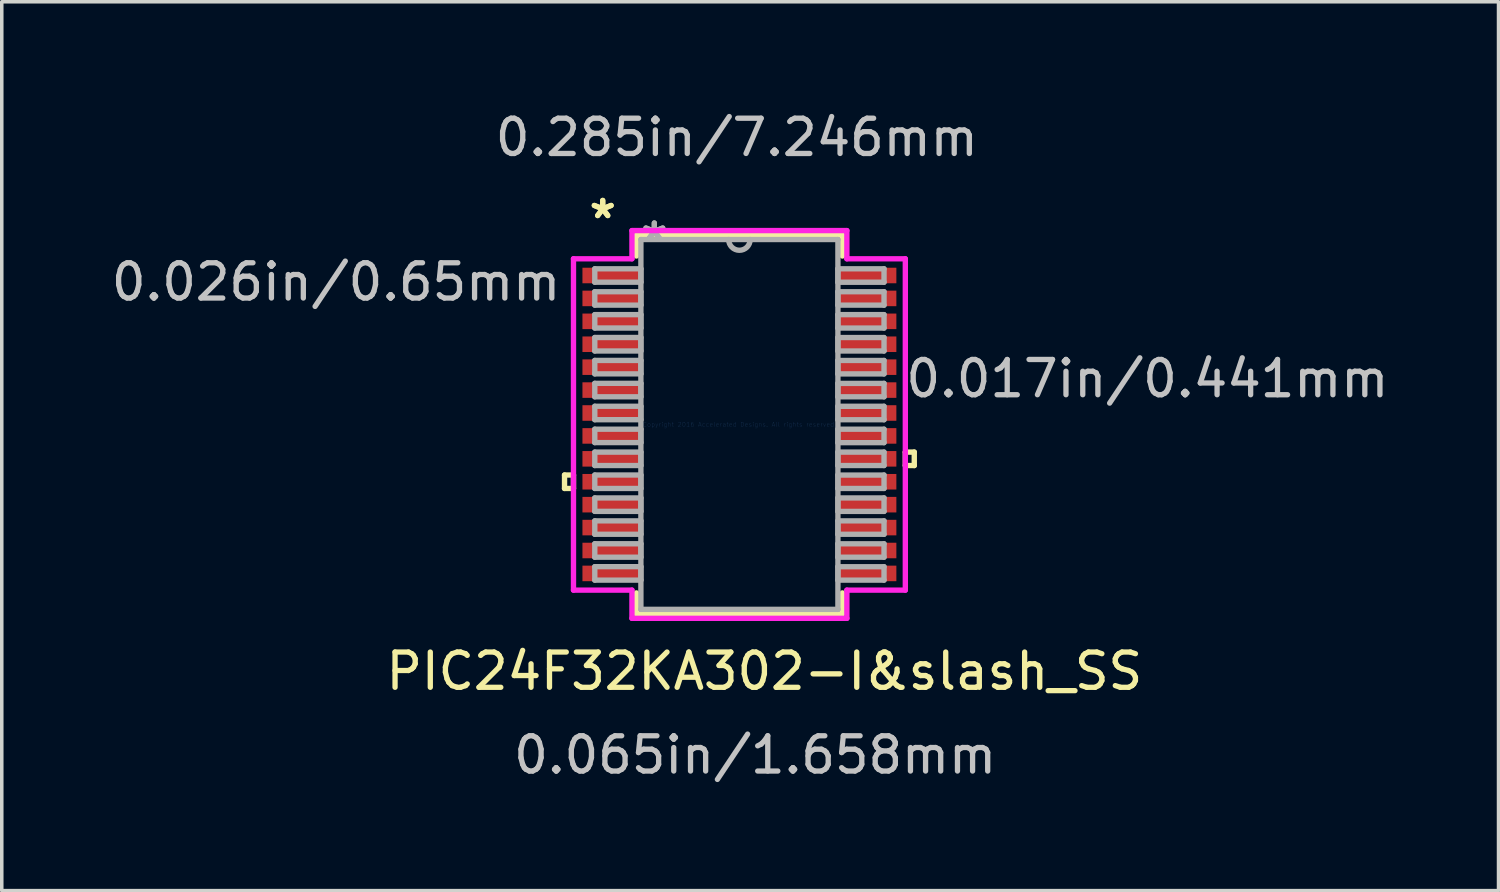
<source format=kicad_pcb>
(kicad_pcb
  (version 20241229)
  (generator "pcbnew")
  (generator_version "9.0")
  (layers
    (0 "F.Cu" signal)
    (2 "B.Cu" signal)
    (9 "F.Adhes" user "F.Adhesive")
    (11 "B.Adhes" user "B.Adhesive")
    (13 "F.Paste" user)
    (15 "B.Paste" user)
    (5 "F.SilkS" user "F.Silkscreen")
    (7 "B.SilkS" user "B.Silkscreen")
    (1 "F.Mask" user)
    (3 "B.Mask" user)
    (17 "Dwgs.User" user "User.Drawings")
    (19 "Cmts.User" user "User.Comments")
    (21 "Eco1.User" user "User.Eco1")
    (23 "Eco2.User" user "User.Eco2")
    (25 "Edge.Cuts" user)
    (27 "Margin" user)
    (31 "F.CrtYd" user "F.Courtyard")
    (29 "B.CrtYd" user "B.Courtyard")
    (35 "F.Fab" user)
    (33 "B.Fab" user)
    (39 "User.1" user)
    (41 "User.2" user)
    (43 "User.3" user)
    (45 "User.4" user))
  (footprint "PIC24F32KA302-I&slash_SS"
    (layer "F.Cu")
    (at 17.922 8.989)
    (property "Reference" "PIC24F32KA302-I&slash_SS" (at 0.709 7 0) (layer "F.SilkS") (effects (font (size 1 1) (thickness 0.15))))
    (attr through_hole)
    (fp_line (start -4.96 1.434) (end -4.96 1.815) (stroke (width 0.152) (type solid)) (layer "F.SilkS"))
    (fp_line (start -4.96 1.815) (end -4.706 1.815) (stroke (width 0.152) (type solid)) (layer "F.SilkS"))
    (fp_line (start -4.706 1.434) (end -4.96 1.434) (stroke (width 0.152) (type solid)) (layer "F.SilkS"))
    (fp_line (start -4.706 1.815) (end -4.706 1.434) (stroke (width 0.152) (type solid)) (layer "F.SilkS"))
    (fp_line (start -2.921 -5.372) (end -2.921 -4.778) (stroke (width 0.152) (type solid)) (layer "F.SilkS"))
    (fp_line (start -2.921 4.778) (end -2.921 5.372) (stroke (width 0.152) (type solid)) (layer "F.SilkS"))
    (fp_line (start -2.921 5.372) (end 2.921 5.372) (stroke (width 0.152) (type solid)) (layer "F.SilkS"))
    (fp_line (start 2.921 -5.372) (end -2.921 -5.372) (stroke (width 0.152) (type solid)) (layer "F.SilkS"))
    (fp_line (start 2.921 -4.778) (end 2.921 -5.372) (stroke (width 0.152) (type solid)) (layer "F.SilkS"))
    (fp_line (start 2.921 5.372) (end 2.921 4.778) (stroke (width 0.152) (type solid)) (layer "F.SilkS"))
    (fp_line (start 4.706 0.784) (end 4.96 0.784) (stroke (width 0.152) (type solid)) (layer "F.SilkS"))
    (fp_line (start 4.706 1.165) (end 4.706 0.784) (stroke (width 0.152) (type solid)) (layer "F.SilkS"))
    (fp_line (start 4.96 0.784) (end 4.96 1.165) (stroke (width 0.152) (type solid)) (layer "F.SilkS"))
    (fp_line (start 4.96 1.165) (end 4.706 1.165) (stroke (width 0.152) (type solid)) (layer "F.SilkS"))
    (fp_line (start -4.706 -4.699) (end -3.048 -4.699) (stroke (width 0.152) (type solid)) (layer "F.CrtYd"))
    (fp_line (start -4.706 4.699) (end -4.706 -4.699) (stroke (width 0.152) (type solid)) (layer "F.CrtYd"))
    (fp_line (start -3.048 -5.499) (end 3.048 -5.499) (stroke (width 0.152) (type solid)) (layer "F.CrtYd"))
    (fp_line (start -3.048 -4.699) (end -3.048 -5.499) (stroke (width 0.152) (type solid)) (layer "F.CrtYd"))
    (fp_line (start -3.048 4.699) (end -4.706 4.699) (stroke (width 0.152) (type solid)) (layer "F.CrtYd"))
    (fp_line (start -3.048 5.499) (end -3.048 4.699) (stroke (width 0.152) (type solid)) (layer "F.CrtYd"))
    (fp_line (start 3.048 -5.499) (end 3.048 -4.699) (stroke (width 0.152) (type solid)) (layer "F.CrtYd"))
    (fp_line (start 3.048 -4.699) (end 4.706 -4.699) (stroke (width 0.152) (type solid)) (layer "F.CrtYd"))
    (fp_line (start 3.048 4.699) (end 3.048 5.499) (stroke (width 0.152) (type solid)) (layer "F.CrtYd"))
    (fp_line (start 3.048 5.499) (end -3.048 5.499) (stroke (width 0.152) (type solid)) (layer "F.CrtYd"))
    (fp_line (start 4.706 -4.699) (end 4.706 4.699) (stroke (width 0.152) (type solid)) (layer "F.CrtYd"))
    (fp_line (start 4.706 4.699) (end 3.048 4.699) (stroke (width 0.152) (type solid)) (layer "F.CrtYd"))
    (fp_line (start -4.102 -4.415) (end -4.102 -4.035) (stroke (width 0.152) (type solid)) (layer "F.Fab"))
    (fp_line (start -4.102 -4.035) (end -2.794 -4.035) (stroke (width 0.152) (type solid)) (layer "F.Fab"))
    (fp_line (start -4.102 -3.765) (end -4.102 -3.385) (stroke (width 0.152) (type solid)) (layer "F.Fab"))
    (fp_line (start -4.102 -3.385) (end -2.794 -3.385) (stroke (width 0.152) (type solid)) (layer "F.Fab"))
    (fp_line (start -4.102 -3.115) (end -4.102 -2.735) (stroke (width 0.152) (type solid)) (layer "F.Fab"))
    (fp_line (start -4.102 -2.735) (end -2.794 -2.735) (stroke (width 0.152) (type solid)) (layer "F.Fab"))
    (fp_line (start -4.102 -2.466) (end -4.102 -2.084) (stroke (width 0.152) (type solid)) (layer "F.Fab"))
    (fp_line (start -4.102 -2.084) (end -2.794 -2.084) (stroke (width 0.152) (type solid)) (layer "F.Fab"))
    (fp_line (start -4.102 -1.816) (end -4.102 -1.435) (stroke (width 0.152) (type solid)) (layer "F.Fab"))
    (fp_line (start -4.102 -1.435) (end -2.794 -1.435) (stroke (width 0.152) (type solid)) (layer "F.Fab"))
    (fp_line (start -4.102 -1.166) (end -4.102 -0.785) (stroke (width 0.152) (type solid)) (layer "F.Fab"))
    (fp_line (start -4.102 -0.785) (end -2.794 -0.785) (stroke (width 0.152) (type solid)) (layer "F.Fab"))
    (fp_line (start -4.102 -0.516) (end -4.102 -0.135) (stroke (width 0.152) (type solid)) (layer "F.Fab"))
    (fp_line (start -4.102 -0.135) (end -2.794 -0.135) (stroke (width 0.152) (type solid)) (layer "F.Fab"))
    (fp_line (start -4.102 0.134) (end -4.102 0.515) (stroke (width 0.152) (type solid)) (layer "F.Fab"))
    (fp_line (start -4.102 0.515) (end -2.794 0.515) (stroke (width 0.152) (type solid)) (layer "F.Fab"))
    (fp_line (start -4.102 0.784) (end -4.102 1.165) (stroke (width 0.152) (type solid)) (layer "F.Fab"))
    (fp_line (start -4.102 1.165) (end -2.794 1.165) (stroke (width 0.152) (type solid)) (layer "F.Fab"))
    (fp_line (start -4.102 1.434) (end -4.102 1.815) (stroke (width 0.152) (type solid)) (layer "F.Fab"))
    (fp_line (start -4.102 1.815) (end -2.794 1.815) (stroke (width 0.152) (type solid)) (layer "F.Fab"))
    (fp_line (start -4.102 2.084) (end -4.102 2.465) (stroke (width 0.152) (type solid)) (layer "F.Fab"))
    (fp_line (start -4.102 2.465) (end -2.794 2.465) (stroke (width 0.152) (type solid)) (layer "F.Fab"))
    (fp_line (start -4.102 2.734) (end -4.102 3.115) (stroke (width 0.152) (type solid)) (layer "F.Fab"))
    (fp_line (start -4.102 3.115) (end -2.794 3.115) (stroke (width 0.152) (type solid)) (layer "F.Fab"))
    (fp_line (start -4.102 3.384) (end -4.102 3.765) (stroke (width 0.152) (type solid)) (layer "F.Fab"))
    (fp_line (start -4.102 3.765) (end -2.794 3.765) (stroke (width 0.152) (type solid)) (layer "F.Fab"))
    (fp_line (start -4.102 4.034) (end -4.102 4.415) (stroke (width 0.152) (type solid)) (layer "F.Fab"))
    (fp_line (start -4.102 4.415) (end -2.794 4.415) (stroke (width 0.152) (type solid)) (layer "F.Fab"))
    (fp_line (start -2.794 -5.245) (end -2.794 5.245) (stroke (width 0.152) (type solid)) (layer "F.Fab"))
    (fp_line (start -2.794 -4.415) (end -4.102 -4.415) (stroke (width 0.152) (type solid)) (layer "F.Fab"))
    (fp_line (start -2.794 -4.035) (end -2.794 -4.415) (stroke (width 0.152) (type solid)) (layer "F.Fab"))
    (fp_line (start -2.794 -3.765) (end -4.102 -3.765) (stroke (width 0.152) (type solid)) (layer "F.Fab"))
    (fp_line (start -2.794 -3.385) (end -2.794 -3.765) (stroke (width 0.152) (type solid)) (layer "F.Fab"))
    (fp_line (start -2.794 -3.115) (end -4.102 -3.115) (stroke (width 0.152) (type solid)) (layer "F.Fab"))
    (fp_line (start -2.794 -2.735) (end -2.794 -3.115) (stroke (width 0.152) (type solid)) (layer "F.Fab"))
    (fp_line (start -2.794 -2.466) (end -4.102 -2.466) (stroke (width 0.152) (type solid)) (layer "F.Fab"))
    (fp_line (start -2.794 -2.084) (end -2.794 -2.466) (stroke (width 0.152) (type solid)) (layer "F.Fab"))
    (fp_line (start -2.794 -1.816) (end -4.102 -1.816) (stroke (width 0.152) (type solid)) (layer "F.Fab"))
    (fp_line (start -2.794 -1.435) (end -2.794 -1.816) (stroke (width 0.152) (type solid)) (layer "F.Fab"))
    (fp_line (start -2.794 -1.166) (end -4.102 -1.166) (stroke (width 0.152) (type solid)) (layer "F.Fab"))
    (fp_line (start -2.794 -0.785) (end -2.794 -1.166) (stroke (width 0.152) (type solid)) (layer "F.Fab"))
    (fp_line (start -2.794 -0.516) (end -4.102 -0.516) (stroke (width 0.152) (type solid)) (layer "F.Fab"))
    (fp_line (start -2.794 -0.135) (end -2.794 -0.516) (stroke (width 0.152) (type solid)) (layer "F.Fab"))
    (fp_line (start -2.794 0.134) (end -4.102 0.134) (stroke (width 0.152) (type solid)) (layer "F.Fab"))
    (fp_line (start -2.794 0.515) (end -2.794 0.134) (stroke (width 0.152) (type solid)) (layer "F.Fab"))
    (fp_line (start -2.794 0.784) (end -4.102 0.784) (stroke (width 0.152) (type solid)) (layer "F.Fab"))
    (fp_line (start -2.794 1.165) (end -2.794 0.784) (stroke (width 0.152) (type solid)) (layer "F.Fab"))
    (fp_line (start -2.794 1.434) (end -4.102 1.434) (stroke (width 0.152) (type solid)) (layer "F.Fab"))
    (fp_line (start -2.794 1.815) (end -2.794 1.434) (stroke (width 0.152) (type solid)) (layer "F.Fab"))
    (fp_line (start -2.794 2.084) (end -4.102 2.084) (stroke (width 0.152) (type solid)) (layer "F.Fab"))
    (fp_line (start -2.794 2.465) (end -2.794 2.084) (stroke (width 0.152) (type solid)) (layer "F.Fab"))
    (fp_line (start -2.794 2.734) (end -4.102 2.734) (stroke (width 0.152) (type solid)) (layer "F.Fab"))
    (fp_line (start -2.794 3.115) (end -2.794 2.734) (stroke (width 0.152) (type solid)) (layer "F.Fab"))
    (fp_line (start -2.794 3.384) (end -4.102 3.384) (stroke (width 0.152) (type solid)) (layer "F.Fab"))
    (fp_line (start -2.794 3.765) (end -2.794 3.384) (stroke (width 0.152) (type solid)) (layer "F.Fab"))
    (fp_line (start -2.794 4.034) (end -4.102 4.034) (stroke (width 0.152) (type solid)) (layer "F.Fab"))
    (fp_line (start -2.794 4.415) (end -2.794 4.034) (stroke (width 0.152) (type solid)) (layer "F.Fab"))
    (fp_line (start -2.794 5.245) (end 2.794 5.245) (stroke (width 0.152) (type solid)) (layer "F.Fab"))
    (fp_line (start 2.794 -5.245) (end -2.794 -5.245) (stroke (width 0.152) (type solid)) (layer "F.Fab"))
    (fp_line (start 2.794 -4.415) (end 2.794 -4.034) (stroke (width 0.152) (type solid)) (layer "F.Fab"))
    (fp_line (start 2.794 -4.034) (end 4.102 -4.034) (stroke (width 0.152) (type solid)) (layer "F.Fab"))
    (fp_line (start 2.794 -3.765) (end 2.794 -3.384) (stroke (width 0.152) (type solid)) (layer "F.Fab"))
    (fp_line (start 2.794 -3.384) (end 4.102 -3.384) (stroke (width 0.152) (type solid)) (layer "F.Fab"))
    (fp_line (start 2.794 -3.115) (end 2.794 -2.734) (stroke (width 0.152) (type solid)) (layer "F.Fab"))
    (fp_line (start 2.794 -2.734) (end 4.102 -2.734) (stroke (width 0.152) (type solid)) (layer "F.Fab"))
    (fp_line (start 2.794 -2.465) (end 2.794 -2.084) (stroke (width 0.152) (type solid)) (layer "F.Fab"))
    (fp_line (start 2.794 -2.084) (end 4.102 -2.084) (stroke (width 0.152) (type solid)) (layer "F.Fab"))
    (fp_line (start 2.794 -1.815) (end 2.794 -1.434) (stroke (width 0.152) (type solid)) (layer "F.Fab"))
    (fp_line (start 2.794 -1.434) (end 4.102 -1.434) (stroke (width 0.152) (type solid)) (layer "F.Fab"))
    (fp_line (start 2.794 -1.165) (end 2.794 -0.784) (stroke (width 0.152) (type solid)) (layer "F.Fab"))
    (fp_line (start 2.794 -0.784) (end 4.102 -0.784) (stroke (width 0.152) (type solid)) (layer "F.Fab"))
    (fp_line (start 2.794 -0.515) (end 2.794 -0.134) (stroke (width 0.152) (type solid)) (layer "F.Fab"))
    (fp_line (start 2.794 -0.134) (end 4.102 -0.134) (stroke (width 0.152) (type solid)) (layer "F.Fab"))
    (fp_line (start 2.794 0.135) (end 2.794 0.516) (stroke (width 0.152) (type solid)) (layer "F.Fab"))
    (fp_line (start 2.794 0.516) (end 4.102 0.516) (stroke (width 0.152) (type solid)) (layer "F.Fab"))
    (fp_line (start 2.794 0.784) (end 2.794 1.165) (stroke (width 0.152) (type solid)) (layer "F.Fab"))
    (fp_line (start 2.794 1.165) (end 4.102 1.165) (stroke (width 0.152) (type solid)) (layer "F.Fab"))
    (fp_line (start 2.794 1.435) (end 2.794 1.815) (stroke (width 0.152) (type solid)) (layer "F.Fab"))
    (fp_line (start 2.794 1.815) (end 4.102 1.815) (stroke (width 0.152) (type solid)) (layer "F.Fab"))
    (fp_line (start 2.794 2.084) (end 2.794 2.466) (stroke (width 0.152) (type solid)) (layer "F.Fab"))
    (fp_line (start 2.794 2.466) (end 4.102 2.466) (stroke (width 0.152) (type solid)) (layer "F.Fab"))
    (fp_line (start 2.794 2.735) (end 2.794 3.115) (stroke (width 0.152) (type solid)) (layer "F.Fab"))
    (fp_line (start 2.794 3.115) (end 4.102 3.115) (stroke (width 0.152) (type solid)) (layer "F.Fab"))
    (fp_line (start 2.794 3.385) (end 2.794 3.765) (stroke (width 0.152) (type solid)) (layer "F.Fab"))
    (fp_line (start 2.794 3.765) (end 4.102 3.765) (stroke (width 0.152) (type solid)) (layer "F.Fab"))
    (fp_line (start 2.794 4.035) (end 2.794 4.415) (stroke (width 0.152) (type solid)) (layer "F.Fab"))
    (fp_line (start 2.794 4.415) (end 4.102 4.415) (stroke (width 0.152) (type solid)) (layer "F.Fab"))
    (fp_line (start 2.794 5.245) (end 2.794 -5.245) (stroke (width 0.152) (type solid)) (layer "F.Fab"))
    (fp_line (start 4.102 -4.415) (end 2.794 -4.415) (stroke (width 0.152) (type solid)) (layer "F.Fab"))
    (fp_line (start 4.102 -4.034) (end 4.102 -4.415) (stroke (width 0.152) (type solid)) (layer "F.Fab"))
    (fp_line (start 4.102 -3.765) (end 2.794 -3.765) (stroke (width 0.152) (type solid)) (layer "F.Fab"))
    (fp_line (start 4.102 -3.384) (end 4.102 -3.765) (stroke (width 0.152) (type solid)) (layer "F.Fab"))
    (fp_line (start 4.102 -3.115) (end 2.794 -3.115) (stroke (width 0.152) (type solid)) (layer "F.Fab"))
    (fp_line (start 4.102 -2.734) (end 4.102 -3.115) (stroke (width 0.152) (type solid)) (layer "F.Fab"))
    (fp_line (start 4.102 -2.465) (end 2.794 -2.465) (stroke (width 0.152) (type solid)) (layer "F.Fab"))
    (fp_line (start 4.102 -2.084) (end 4.102 -2.465) (stroke (width 0.152) (type solid)) (layer "F.Fab"))
    (fp_line (start 4.102 -1.815) (end 2.794 -1.815) (stroke (width 0.152) (type solid)) (layer "F.Fab"))
    (fp_line (start 4.102 -1.434) (end 4.102 -1.815) (stroke (width 0.152) (type solid)) (layer "F.Fab"))
    (fp_line (start 4.102 -1.165) (end 2.794 -1.165) (stroke (width 0.152) (type solid)) (layer "F.Fab"))
    (fp_line (start 4.102 -0.784) (end 4.102 -1.165) (stroke (width 0.152) (type solid)) (layer "F.Fab"))
    (fp_line (start 4.102 -0.515) (end 2.794 -0.515) (stroke (width 0.152) (type solid)) (layer "F.Fab"))
    (fp_line (start 4.102 -0.134) (end 4.102 -0.515) (stroke (width 0.152) (type solid)) (layer "F.Fab"))
    (fp_line (start 4.102 0.135) (end 2.794 0.135) (stroke (width 0.152) (type solid)) (layer "F.Fab"))
    (fp_line (start 4.102 0.516) (end 4.102 0.135) (stroke (width 0.152) (type solid)) (layer "F.Fab"))
    (fp_line (start 4.102 0.784) (end 2.794 0.784) (stroke (width 0.152) (type solid)) (layer "F.Fab"))
    (fp_line (start 4.102 1.165) (end 4.102 0.784) (stroke (width 0.152) (type solid)) (layer "F.Fab"))
    (fp_line (start 4.102 1.435) (end 2.794 1.435) (stroke (width 0.152) (type solid)) (layer "F.Fab"))
    (fp_line (start 4.102 1.815) (end 4.102 1.435) (stroke (width 0.152) (type solid)) (layer "F.Fab"))
    (fp_line (start 4.102 2.084) (end 2.794 2.084) (stroke (width 0.152) (type solid)) (layer "F.Fab"))
    (fp_line (start 4.102 2.466) (end 4.102 2.084) (stroke (width 0.152) (type solid)) (layer "F.Fab"))
    (fp_line (start 4.102 2.735) (end 2.794 2.735) (stroke (width 0.152) (type solid)) (layer "F.Fab"))
    (fp_line (start 4.102 3.115) (end 4.102 2.735) (stroke (width 0.152) (type solid)) (layer "F.Fab"))
    (fp_line (start 4.102 3.385) (end 2.794 3.385) (stroke (width 0.152) (type solid)) (layer "F.Fab"))
    (fp_line (start 4.102 3.765) (end 4.102 3.385) (stroke (width 0.152) (type solid)) (layer "F.Fab"))
    (fp_line (start 4.102 4.035) (end 2.794 4.035) (stroke (width 0.152) (type solid)) (layer "F.Fab"))
    (fp_line (start 4.102 4.415) (end 4.102 4.035) (stroke (width 0.152) (type solid)) (layer "F.Fab"))
    (fp_arc (start 0.3048 -5.2451) (mid 0 -4.9403) (end -0.3048 -5.2451) (stroke (width 0.1524) (type solid)) (layer "F.Fab"))
    (fp_text user "*" (at -3.877 -5.809 0) (layer "F.SilkS") (effects (font (size 1 1) (thickness 0.15))))
    (fp_text user "*" (at -3.877 -5.809 0) (layer "F.SilkS") (effects (font (size 1 1) (thickness 0.15))))
    (fp_text user "0.017in/0.441mm" (at 11.572 -1.298 0) (layer "Dwgs.User") (effects (font (size 1 1) (thickness 0.15))))
    (fp_text user "0.065in/1.658mm" (at 0.447 9.375 0) (layer "Dwgs.User") (effects (font (size 1 1) (thickness 0.15))))
    (fp_text user "0.026in/0.65mm" (at -11.44 -4.041 0) (layer "Dwgs.User") (effects (font (size 1 1) (thickness 0.15))))
    (fp_text user "0.285in/7.246mm" (at -0.074 -8.141 0) (layer "Dwgs.User") (effects (font (size 1 1) (thickness 0.15))))
    (fp_text user "Copyright 2016 Accelerated Designs. All rights reserved." (at 0 0 0) (layer "Cmts.User") (effects (font (size 0.127 0.127) (thickness 0.002))))
    (fp_text user "*" (at -2.413 -5.169 0) (layer "F.Fab") (effects (font (size 1 1) (thickness 0.15))))
    (fp_text user "*" (at -2.413 -5.169 0) (layer "F.Fab") (effects (font (size 1 1) (thickness 0.15))))
    (pad "1" smd rect (at -3.623 -4.225) (size 1.658 0.441) (layers "F.Cu" "F.Mask" "F.Paste"))
    (pad "2" smd rect (at -3.623 -3.575) (size 1.658 0.441) (layers "F.Cu" "F.Mask" "F.Paste"))
    (pad "3" smd rect (at -3.623 -2.925) (size 1.658 0.441) (layers "F.Cu" "F.Mask" "F.Paste"))
    (pad "4" smd rect (at -3.623 -2.275) (size 1.658 0.441) (layers "F.Cu" "F.Mask" "F.Paste"))
    (pad "5" smd rect (at -3.623 -1.625) (size 1.658 0.441) (layers "F.Cu" "F.Mask" "F.Paste"))
    (pad "6" smd rect (at -3.623 -0.975) (size 1.658 0.441) (layers "F.Cu" "F.Mask" "F.Paste"))
    (pad "7" smd rect (at -3.623 -0.325) (size 1.658 0.441) (layers "F.Cu" "F.Mask" "F.Paste"))
    (pad "8" smd rect (at -3.623 0.325) (size 1.658 0.441) (layers "F.Cu" "F.Mask" "F.Paste"))
    (pad "9" smd rect (at -3.623 0.975) (size 1.658 0.441) (layers "F.Cu" "F.Mask" "F.Paste"))
    (pad "10" smd rect (at -3.623 1.625) (size 1.658 0.441) (layers "F.Cu" "F.Mask" "F.Paste"))
    (pad "11" smd rect (at -3.623 2.275) (size 1.658 0.441) (layers "F.Cu" "F.Mask" "F.Paste"))
    (pad "12" smd rect (at -3.623 2.925) (size 1.658 0.441) (layers "F.Cu" "F.Mask" "F.Paste"))
    (pad "13" smd rect (at -3.623 3.575) (size 1.658 0.441) (layers "F.Cu" "F.Mask" "F.Paste"))
    (pad "14" smd rect (at -3.623 4.225) (size 1.658 0.441) (layers "F.Cu" "F.Mask" "F.Paste"))
    (pad "15" smd rect (at 3.623 4.225) (size 1.658 0.441) (layers "F.Cu" "F.Mask" "F.Paste"))
    (pad "16" smd rect (at 3.623 3.575) (size 1.658 0.441) (layers "F.Cu" "F.Mask" "F.Paste"))
    (pad "17" smd rect (at 3.623 2.925) (size 1.658 0.441) (layers "F.Cu" "F.Mask" "F.Paste"))
    (pad "18" smd rect (at 3.623 2.275) (size 1.658 0.441) (layers "F.Cu" "F.Mask" "F.Paste"))
    (pad "19" smd rect (at 3.623 1.625) (size 1.658 0.441) (layers "F.Cu" "F.Mask" "F.Paste"))
    (pad "20" smd rect (at 3.623 0.975) (size 1.658 0.441) (layers "F.Cu" "F.Mask" "F.Paste"))
    (pad "21" smd rect (at 3.623 0.325) (size 1.658 0.441) (layers "F.Cu" "F.Mask" "F.Paste"))
    (pad "22" smd rect (at 3.623 -0.325) (size 1.658 0.441) (layers "F.Cu" "F.Mask" "F.Paste"))
    (pad "23" smd rect (at 3.623 -0.975) (size 1.658 0.441) (layers "F.Cu" "F.Mask" "F.Paste"))
    (pad "24" smd rect (at 3.623 -1.625) (size 1.658 0.441) (layers "F.Cu" "F.Mask" "F.Paste"))
    (pad "25" smd rect (at 3.623 -2.275) (size 1.658 0.441) (layers "F.Cu" "F.Mask" "F.Paste"))
    (pad "26" smd rect (at 3.623 -2.925) (size 1.658 0.441) (layers "F.Cu" "F.Mask" "F.Paste"))
    (pad "27" smd rect (at 3.623 -3.575) (size 1.658 0.441) (layers "F.Cu" "F.Mask" "F.Paste"))
    (pad "28" smd rect (at 3.623 -4.225) (size 1.658 0.441) (layers "F.Cu" "F.Mask" "F.Paste")))
  (gr_rect
    (start -3 -3)
    (end 39.453 22.212)
    (stroke (width 0.1) (type default))
    (fill no)
    (layer "Edge.Cuts")))
</source>
